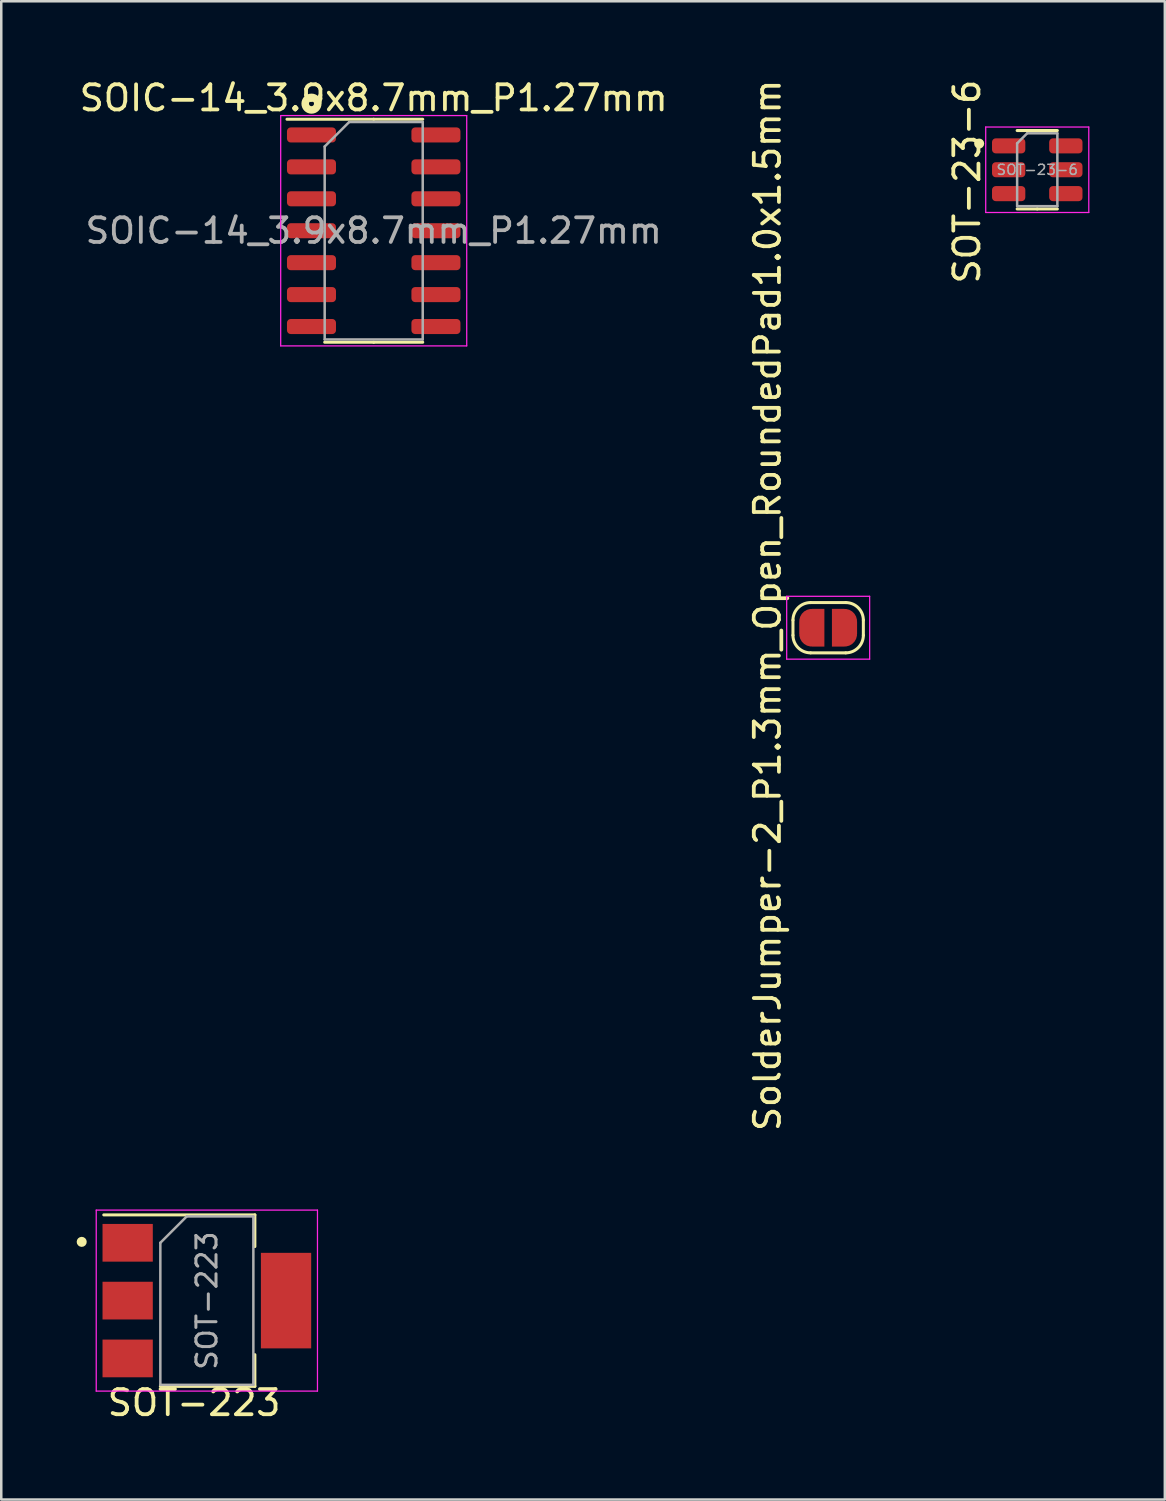
<source format=kicad_pcb>
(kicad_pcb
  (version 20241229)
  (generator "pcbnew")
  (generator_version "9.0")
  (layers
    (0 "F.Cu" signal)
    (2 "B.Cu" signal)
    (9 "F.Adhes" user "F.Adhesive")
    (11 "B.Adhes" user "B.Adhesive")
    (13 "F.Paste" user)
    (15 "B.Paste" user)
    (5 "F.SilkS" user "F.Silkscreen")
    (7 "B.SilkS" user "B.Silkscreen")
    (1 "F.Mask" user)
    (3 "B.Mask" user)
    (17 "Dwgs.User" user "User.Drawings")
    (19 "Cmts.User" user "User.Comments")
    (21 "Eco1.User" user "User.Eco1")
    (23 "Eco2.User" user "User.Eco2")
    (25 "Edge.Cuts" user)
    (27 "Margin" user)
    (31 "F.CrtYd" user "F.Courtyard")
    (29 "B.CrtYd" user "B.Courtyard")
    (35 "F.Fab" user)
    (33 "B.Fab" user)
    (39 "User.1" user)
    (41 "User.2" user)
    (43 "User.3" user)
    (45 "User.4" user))
  (footprint "SOT-23-6"
    (layer "F.Cu")
    (at 38.209 3.702)
    (property "Reference" "SOT-23-6" (at -2.794 0.47 90) (layer "F.SilkS") (effects (font (size 1 1) (thickness 0.15))))
    (attr smd)
    (fp_line (start 0 -1.56) (end -0.8 -1.56) (stroke (width 0.12) (type solid)) (layer "F.SilkS"))
    (fp_line (start 0 -1.56) (end 0.8 -1.56) (stroke (width 0.12) (type solid)) (layer "F.SilkS"))
    (fp_line (start 0 1.56) (end -0.8 1.56) (stroke (width 0.12) (type solid)) (layer "F.SilkS"))
    (fp_line (start 0 1.56) (end 0.8 1.56) (stroke (width 0.12) (type solid)) (layer "F.SilkS"))
    (fp_circle (center -2.311 -1.041) (end -2.211 -1.041) (stroke (width 0.2) (type solid)) (fill no) (layer "F.SilkS"))
    (fp_line (start -2.05 -1.7) (end -2.05 1.7) (stroke (width 0.05) (type solid)) (layer "F.CrtYd"))
    (fp_line (start -2.05 1.7) (end 2.05 1.7) (stroke (width 0.05) (type solid)) (layer "F.CrtYd"))
    (fp_line (start 2.05 -1.7) (end -2.05 -1.7) (stroke (width 0.05) (type solid)) (layer "F.CrtYd"))
    (fp_line (start 2.05 1.7) (end 2.05 -1.7) (stroke (width 0.05) (type solid)) (layer "F.CrtYd"))
    (fp_line (start -0.8 -1.05) (end -0.4 -1.45) (stroke (width 0.1) (type solid)) (layer "F.Fab"))
    (fp_line (start -0.8 1.45) (end -0.8 -1.05) (stroke (width 0.1) (type solid)) (layer "F.Fab"))
    (fp_line (start -0.4 -1.45) (end 0.8 -1.45) (stroke (width 0.1) (type solid)) (layer "F.Fab"))
    (fp_line (start 0.8 -1.45) (end 0.8 1.45) (stroke (width 0.1) (type solid)) (layer "F.Fab"))
    (fp_line (start 0.8 1.45) (end -0.8 1.45) (stroke (width 0.1) (type solid)) (layer "F.Fab"))
    (fp_text user "${REFERENCE}" (at 0 0 0) (layer "F.Fab") (effects (font (size 0.4 0.4) (thickness 0.06))))
    (pad "1" smd roundrect (at -1.137 -0.95 180) (size 1.325 0.6) (layers "F.Cu" "F.Mask" "F.Paste") (roundrect_rratio 0.25))
    (pad "2" smd roundrect (at -1.137 0 180) (size 1.325 0.6) (layers "F.Cu" "F.Mask" "F.Paste") (roundrect_rratio 0.25))
    (pad "3" smd roundrect (at -1.137 0.95 180) (size 1.325 0.6) (layers "F.Cu" "F.Mask" "F.Paste") (roundrect_rratio 0.25))
    (pad "4" smd roundrect (at 1.137 0.95 180) (size 1.325 0.6) (layers "F.Cu" "F.Mask" "F.Paste") (roundrect_rratio 0.25))
    (pad "5" smd roundrect (at 1.137 0 180) (size 1.325 0.6) (layers "F.Cu" "F.Mask" "F.Paste") (roundrect_rratio 0.25))
    (pad "6" smd roundrect (at 1.137 -0.95 180) (size 1.325 0.6) (layers "F.Cu" "F.Mask" "F.Paste") (roundrect_rratio 0.25)))
  (footprint "SolderJumper-2_P1.3mm_Open_RoundedPad1.0x1.5mm"
    (layer "F.Cu")
    (at 29.892 21.919)
    (property "Reference" "SolderJumper-2_P1.3mm_Open_RoundedPad1.0x1.5mm" (at -2.413 -0.889 90) (layer "F.SilkS") (effects (font (size 1 1) (thickness 0.15))))
    (attr exclude_from_pos_files)
    (fp_line (start -1.4 0.3) (end -1.4 -0.3) (stroke (width 0.12) (type solid)) (layer "F.SilkS"))
    (fp_line (start -0.7 -1) (end 0.7 -1) (stroke (width 0.12) (type solid)) (layer "F.SilkS"))
    (fp_line (start 0.7 1) (end -0.7 1) (stroke (width 0.12) (type solid)) (layer "F.SilkS"))
    (fp_line (start 1.4 -0.3) (end 1.4 0.3) (stroke (width 0.12) (type solid)) (layer "F.SilkS"))
    (fp_arc (start -1.4 -0.3) (mid -1.194975 -0.794975) (end -0.7 -1) (stroke (width 0.12) (type solid)) (layer "F.SilkS"))
    (fp_arc (start -0.7 1) (mid -1.194975 0.794975) (end -1.4 0.3) (stroke (width 0.12) (type solid)) (layer "F.SilkS"))
    (fp_arc (start 0.7 -1) (mid 1.194975 -0.794975) (end 1.4 -0.3) (stroke (width 0.12) (type solid)) (layer "F.SilkS"))
    (fp_arc (start 1.4 0.3) (mid 1.194975 0.794975) (end 0.7 1) (stroke (width 0.12) (type solid)) (layer "F.SilkS"))
    (fp_line (start -1.65 -1.25) (end -1.65 1.25) (stroke (width 0.05) (type solid)) (layer "F.CrtYd"))
    (fp_line (start -1.65 -1.25) (end 1.65 -1.25) (stroke (width 0.05) (type solid)) (layer "F.CrtYd"))
    (fp_line (start 1.65 1.25) (end -1.65 1.25) (stroke (width 0.05) (type solid)) (layer "F.CrtYd"))
    (fp_line (start 1.65 1.25) (end 1.65 -1.25) (stroke (width 0.05) (type solid)) (layer "F.CrtYd"))
    (pad "1" smd custom (at -0.65 0) (size 1 0.5) (layers "F.Cu" "F.Mask") (options (anchor rect)) (primitives (gr_circle (center 0 0.25) (end 0.5 0.25) (width 0) (fill yes)) (gr_circle (center 0 -0.25) (end 0.5 -0.25) (width 0) (fill yes)) (gr_poly (pts (xy 0.5 0.75) (xy 0 0.75) (xy 0 -0.75) (xy 0.5 -0.75)) (width 0) (fill yes))))
    (pad "2" smd custom (at 0.65 0) (size 1 0.5) (layers "F.Cu" "F.Mask") (options (anchor rect)) (primitives (gr_circle (center 0 0.25) (end 0.5 0.25) (width 0) (fill yes)) (gr_circle (center 0 -0.25) (end 0.5 -0.25) (width 0) (fill yes)) (gr_poly (pts (xy 0 0.75) (xy -0.5 0.75) (xy -0.5 -0.75) (xy 0 -0.75)) (width 0) (fill yes)))))
  (footprint "SOIC-14_3.9x8.7mm_P1.27mm"
    (layer "F.Cu")
    (at 11.815 6.128)
    (property "Reference" "SOIC-14_3.9x8.7mm_P1.27mm" (at 0 -5.28 0) (layer "F.SilkS") (effects (font (size 1 1) (thickness 0.15))))
    (attr smd)
    (fp_line (start 0 -4.435) (end -3.45 -4.435) (stroke (width 0.12) (type solid)) (layer "F.SilkS"))
    (fp_line (start 0 -4.435) (end 1.95 -4.435) (stroke (width 0.12) (type solid)) (layer "F.SilkS"))
    (fp_line (start 0 4.435) (end -1.95 4.435) (stroke (width 0.12) (type solid)) (layer "F.SilkS"))
    (fp_line (start 0 4.435) (end 1.95 4.435) (stroke (width 0.12) (type solid)) (layer "F.SilkS"))
    (fp_circle (center -2.475 -5.055) (end -2.375 -5.055) (stroke (width 0.3) (type solid)) (fill no) (layer "F.SilkS"))
    (fp_line (start -3.7 -4.58) (end -3.7 4.58) (stroke (width 0.05) (type solid)) (layer "F.CrtYd"))
    (fp_line (start -3.7 4.58) (end 3.7 4.58) (stroke (width 0.05) (type solid)) (layer "F.CrtYd"))
    (fp_line (start 3.7 -4.58) (end -3.7 -4.58) (stroke (width 0.05) (type solid)) (layer "F.CrtYd"))
    (fp_line (start 3.7 4.58) (end 3.7 -4.58) (stroke (width 0.05) (type solid)) (layer "F.CrtYd"))
    (fp_line (start -1.95 -3.35) (end -0.975 -4.325) (stroke (width 0.1) (type solid)) (layer "F.Fab"))
    (fp_line (start -1.95 4.325) (end -1.95 -3.35) (stroke (width 0.1) (type solid)) (layer "F.Fab"))
    (fp_line (start -0.975 -4.325) (end 1.95 -4.325) (stroke (width 0.1) (type solid)) (layer "F.Fab"))
    (fp_line (start 1.95 -4.325) (end 1.95 4.325) (stroke (width 0.1) (type solid)) (layer "F.Fab"))
    (fp_line (start 1.95 4.325) (end -1.95 4.325) (stroke (width 0.1) (type solid)) (layer "F.Fab"))
    (fp_text user "${REFERENCE}" (at 0 0 0) (layer "F.Fab") (effects (font (size 0.98 0.98) (thickness 0.15))))
    (pad "1" smd roundrect (at -2.475 -3.81) (size 1.95 0.6) (layers "F.Cu" "F.Mask" "F.Paste") (roundrect_rratio 0.25))
    (pad "2" smd roundrect (at -2.475 -2.54) (size 1.95 0.6) (layers "F.Cu" "F.Mask" "F.Paste") (roundrect_rratio 0.25))
    (pad "3" smd roundrect (at -2.475 -1.27) (size 1.95 0.6) (layers "F.Cu" "F.Mask" "F.Paste") (roundrect_rratio 0.25))
    (pad "4" smd roundrect (at -2.475 0) (size 1.95 0.6) (layers "F.Cu" "F.Mask" "F.Paste") (roundrect_rratio 0.25))
    (pad "5" smd roundrect (at -2.475 1.27) (size 1.95 0.6) (layers "F.Cu" "F.Mask" "F.Paste") (roundrect_rratio 0.25))
    (pad "6" smd roundrect (at -2.475 2.54) (size 1.95 0.6) (layers "F.Cu" "F.Mask" "F.Paste") (roundrect_rratio 0.25))
    (pad "7" smd roundrect (at -2.475 3.81) (size 1.95 0.6) (layers "F.Cu" "F.Mask" "F.Paste") (roundrect_rratio 0.25))
    (pad "8" smd roundrect (at 2.475 3.81) (size 1.95 0.6) (layers "F.Cu" "F.Mask" "F.Paste") (roundrect_rratio 0.25))
    (pad "9" smd roundrect (at 2.475 2.54) (size 1.95 0.6) (layers "F.Cu" "F.Mask" "F.Paste") (roundrect_rratio 0.25))
    (pad "10" smd roundrect (at 2.475 1.27) (size 1.95 0.6) (layers "F.Cu" "F.Mask" "F.Paste") (roundrect_rratio 0.25))
    (pad "11" smd roundrect (at 2.475 0) (size 1.95 0.6) (layers "F.Cu" "F.Mask" "F.Paste") (roundrect_rratio 0.25))
    (pad "12" smd roundrect (at 2.475 -1.27) (size 1.95 0.6) (layers "F.Cu" "F.Mask" "F.Paste") (roundrect_rratio 0.25))
    (pad "13" smd roundrect (at 2.475 -2.54) (size 1.95 0.6) (layers "F.Cu" "F.Mask" "F.Paste") (roundrect_rratio 0.25))
    (pad "14" smd roundrect (at 2.475 -3.81) (size 1.95 0.6) (layers "F.Cu" "F.Mask" "F.Paste") (roundrect_rratio 0.25)))
  (footprint "SOT-223"
    (layer "F.Cu")
    (at 5.178 48.685)
    (property "Reference" "SOT-223" (at -0.508 4.064 180) (layer "F.SilkS") (effects (font (size 1 1) (thickness 0.15))))
    (attr smd)
    (fp_line (start -4.1 -3.41) (end 1.91 -3.41) (stroke (width 0.12) (type solid)) (layer "F.SilkS"))
    (fp_line (start -1.85 3.41) (end 1.91 3.41) (stroke (width 0.12) (type solid)) (layer "F.SilkS"))
    (fp_line (start 1.91 -3.41) (end 1.91 -2.15) (stroke (width 0.12) (type solid)) (layer "F.SilkS"))
    (fp_line (start 1.91 3.41) (end 1.91 2.15) (stroke (width 0.12) (type solid)) (layer "F.SilkS"))
    (fp_circle (center -4.978 -2.337) (end -4.878 -2.337) (stroke (width 0.2) (type solid)) (fill no) (layer "F.SilkS"))
    (fp_line (start -4.4 -3.6) (end -4.4 3.6) (stroke (width 0.05) (type solid)) (layer "F.CrtYd"))
    (fp_line (start -4.4 3.6) (end 4.4 3.6) (stroke (width 0.05) (type solid)) (layer "F.CrtYd"))
    (fp_line (start 4.4 -3.6) (end -4.4 -3.6) (stroke (width 0.05) (type solid)) (layer "F.CrtYd"))
    (fp_line (start 4.4 3.6) (end 4.4 -3.6) (stroke (width 0.05) (type solid)) (layer "F.CrtYd"))
    (fp_line (start -1.85 -2.3) (end -1.85 3.35) (stroke (width 0.1) (type solid)) (layer "F.Fab"))
    (fp_line (start -1.85 -2.3) (end -0.8 -3.35) (stroke (width 0.1) (type solid)) (layer "F.Fab"))
    (fp_line (start -1.85 3.35) (end 1.85 3.35) (stroke (width 0.1) (type solid)) (layer "F.Fab"))
    (fp_line (start -0.8 -3.35) (end 1.85 -3.35) (stroke (width 0.1) (type solid)) (layer "F.Fab"))
    (fp_line (start 1.85 -3.35) (end 1.85 3.35) (stroke (width 0.1) (type solid)) (layer "F.Fab"))
    (fp_text user "${REFERENCE}" (at 0 0 90) (layer "F.Fab") (effects (font (size 0.8 0.8) (thickness 0.12))))
    (pad "1" smd rect (at -3.15 -2.3) (size 2 1.5) (layers "F.Cu" "F.Mask" "F.Paste"))
    (pad "2" smd rect (at -3.15 0) (size 2 1.5) (layers "F.Cu" "F.Mask" "F.Paste"))
    (pad "2" smd rect (at 3.15 0) (size 2 3.8) (layers "F.Cu" "F.Mask" "F.Paste"))
    (pad "3" smd rect (at -3.15 2.3) (size 2 1.5) (layers "F.Cu" "F.Mask" "F.Paste")))
  (gr_rect
    (start -3 -3)
    (end 43.284 56.597)
    (stroke (width 0.1) (type default))
    (fill no)
    (layer "Edge.Cuts")))
</source>
